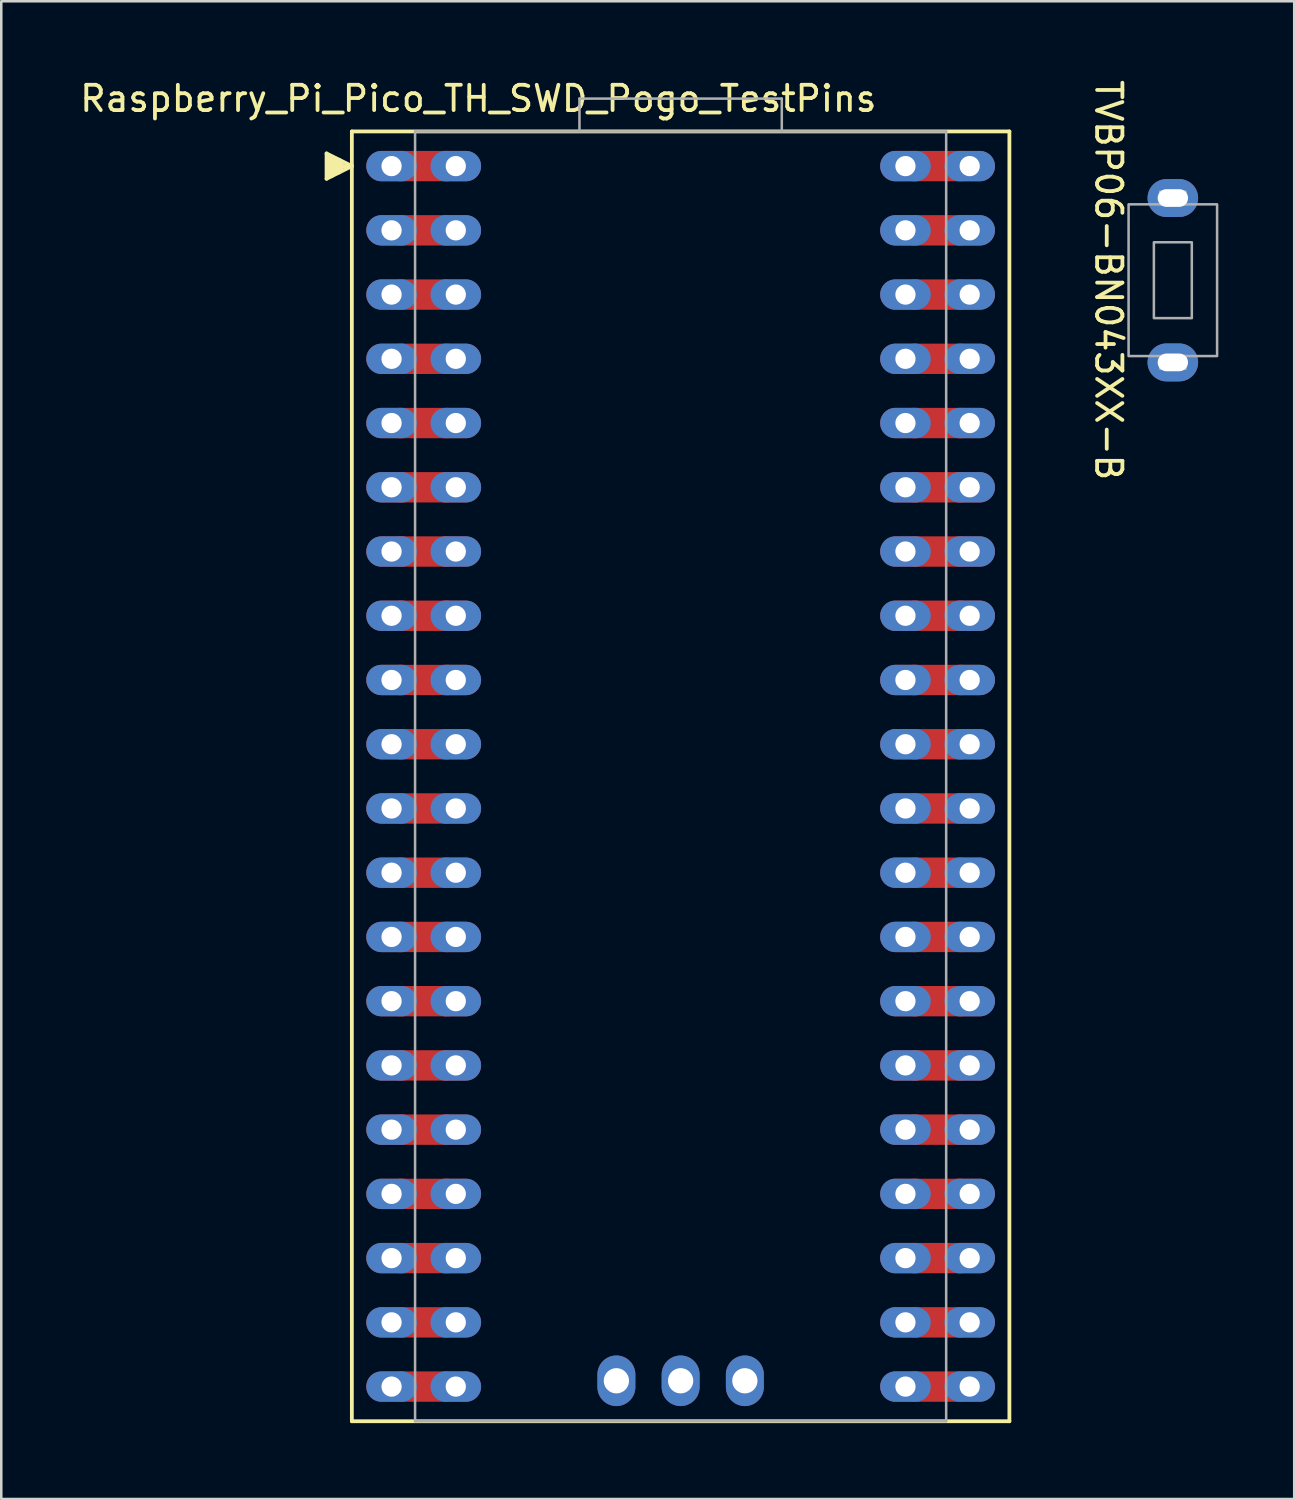
<source format=kicad_pcb>
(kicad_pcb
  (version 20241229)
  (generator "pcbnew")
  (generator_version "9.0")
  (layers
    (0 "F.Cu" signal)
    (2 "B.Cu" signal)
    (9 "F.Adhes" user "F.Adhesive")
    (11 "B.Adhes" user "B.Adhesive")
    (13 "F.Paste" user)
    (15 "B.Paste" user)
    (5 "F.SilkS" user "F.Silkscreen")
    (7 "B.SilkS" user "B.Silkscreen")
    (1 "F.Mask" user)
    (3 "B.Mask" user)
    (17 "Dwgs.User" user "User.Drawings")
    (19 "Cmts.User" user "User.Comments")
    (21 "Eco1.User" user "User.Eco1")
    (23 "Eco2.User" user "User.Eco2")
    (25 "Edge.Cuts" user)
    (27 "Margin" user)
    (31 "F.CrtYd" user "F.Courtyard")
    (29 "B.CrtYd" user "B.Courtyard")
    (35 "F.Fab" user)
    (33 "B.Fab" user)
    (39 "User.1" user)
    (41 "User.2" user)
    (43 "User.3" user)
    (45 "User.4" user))
  (footprint "Raspberry_Pi_Pico_TH_SWD_Pogo_TestPins"
    (layer "F.Cu")
    (at 23.863 27.648)
    (property "Reference" "Raspberry_Pi_Pico_TH_SWD_Pogo_TestPins" (at -8 -26.8 180) (layer "F.SilkS") (effects (font (size 1 1) (thickness 0.15))))
    (fp_line (start -14 -24.63) (end -14 -23.63) (stroke (width 0.15) (type solid)) (layer "F.SilkS"))
    (fp_line (start -14 -23.63) (end -13 -24.13) (stroke (width 0.15) (type solid)) (layer "F.SilkS"))
    (fp_line (start -13.9 -24.53) (end -13.9 -23.73) (stroke (width 0.15) (type solid)) (layer "F.SilkS"))
    (fp_line (start -13.8 -24.43) (end -13.8 -23.73) (stroke (width 0.15) (type solid)) (layer "F.SilkS"))
    (fp_line (start -13.7 -24.43) (end -13.7 -23.83) (stroke (width 0.15) (type solid)) (layer "F.SilkS"))
    (fp_line (start -13.6 -24.38) (end -13.6 -23.88) (stroke (width 0.15) (type solid)) (layer "F.SilkS"))
    (fp_line (start -13.5 -24.38) (end -13.5 -23.88) (stroke (width 0.15) (type solid)) (layer "F.SilkS"))
    (fp_line (start -13.4 -24.23) (end -13.4 -24.03) (stroke (width 0.15) (type solid)) (layer "F.SilkS"))
    (fp_line (start -13.4 -24.13) (end -13.2 -24.13) (stroke (width 0.15) (type solid)) (layer "F.SilkS"))
    (fp_line (start -13 -25.5) (end 13 -25.5) (stroke (width 0.15) (type solid)) (layer "F.SilkS"))
    (fp_line (start -13 -24.13) (end -14 -24.63) (stroke (width 0.15) (type solid)) (layer "F.SilkS"))
    (fp_line (start -13 25.5) (end -13 -25.5) (stroke (width 0.15) (type solid)) (layer "F.SilkS"))
    (fp_line (start 13 -25.5) (end 13 25.5) (stroke (width 0.15) (type solid)) (layer "F.SilkS"))
    (fp_line (start 13 25.5) (end -13 25.5) (stroke (width 0.15) (type solid)) (layer "F.SilkS"))
    (fp_line (start -10.5 -25.5) (end 10.5 -25.5) (stroke (width 0.1) (type solid)) (layer "F.Fab"))
    (fp_line (start -10.5 25.5) (end -10.5 -25.5) (stroke (width 0.1) (type solid)) (layer "F.Fab"))
    (fp_line (start -10.5 25.5) (end 10.5 25.5) (stroke (width 0.1) (type solid)) (layer "F.Fab"))
    (fp_line (start -4 -26.8) (end -4 -25.5) (stroke (width 0.1) (type solid)) (layer "F.Fab"))
    (fp_line (start -4 -26.8) (end 4 -26.8) (stroke (width 0.1) (type solid)) (layer "F.Fab"))
    (fp_line (start 4 -26.8) (end 4 -25.5) (stroke (width 0.1) (type solid)) (layer "F.Fab"))
    (fp_line (start 10.5 -25.5) (end 10.5 25.5) (stroke (width 0.1) (type solid)) (layer "F.Fab"))
    (pad "1" thru_hole oval (at -11.43 -24.13 270) (size 1.2 2) (drill 0.8) (layers "*.Cu" "*.Mask"))
    (pad "1" smd rect (at -10.16 -24.13) (size 2 1.2) (layers "F.Cu" "F.Mask" "F.Paste"))
    (pad "1" thru_hole oval (at -8.89 -24.13 270) (size 1.2 2) (drill 0.8) (layers "*.Cu" "*.Mask"))
    (pad "2" thru_hole oval (at -11.43 -21.59 270) (size 1.2 2) (drill 0.8) (layers "*.Cu" "*.Mask"))
    (pad "2" smd rect (at -10.16 -21.59) (size 2 1.2) (layers "F.Cu" "F.Mask" "F.Paste"))
    (pad "2" thru_hole oval (at -8.89 -21.59 270) (size 1.2 2) (drill 0.8) (layers "*.Cu" "*.Mask"))
    (pad "3" thru_hole oval (at -11.43 -19.05 270) (size 1.2 2) (drill 0.8) (layers "*.Cu" "*.Mask"))
    (pad "3" smd rect (at -10.16 -19.05) (size 2 1.2) (layers "F.Cu" "F.Mask" "F.Paste"))
    (pad "3" thru_hole oval (at -8.89 -19.05 270) (size 1.2 2) (drill 0.8) (layers "*.Cu" "*.Mask"))
    (pad "4" thru_hole oval (at -11.43 -16.51 270) (size 1.2 2) (drill 0.8) (layers "*.Cu" "*.Mask"))
    (pad "4" smd rect (at -10.16 -16.51) (size 2 1.2) (layers "F.Cu" "F.Mask" "F.Paste"))
    (pad "4" thru_hole oval (at -8.89 -16.51 270) (size 1.2 2) (drill 0.8) (layers "*.Cu" "*.Mask"))
    (pad "5" thru_hole oval (at -11.43 -13.97 270) (size 1.2 2) (drill 0.8) (layers "*.Cu" "*.Mask"))
    (pad "5" smd rect (at -10.16 -13.97) (size 2 1.2) (layers "F.Cu" "F.Mask" "F.Paste"))
    (pad "5" thru_hole oval (at -8.89 -13.97 270) (size 1.2 2) (drill 0.8) (layers "*.Cu" "*.Mask"))
    (pad "6" thru_hole oval (at -11.43 -11.43 270) (size 1.2 2) (drill 0.8) (layers "*.Cu" "*.Mask"))
    (pad "6" smd rect (at -10.16 -11.43) (size 2 1.2) (layers "F.Cu" "F.Mask" "F.Paste"))
    (pad "6" thru_hole oval (at -8.89 -11.43 270) (size 1.2 2) (drill 0.8) (layers "*.Cu" "*.Mask"))
    (pad "7" thru_hole oval (at -11.43 -8.89 270) (size 1.2 2) (drill 0.8) (layers "*.Cu" "*.Mask"))
    (pad "7" smd rect (at -10.16 -8.89) (size 2 1.2) (layers "F.Cu" "F.Mask" "F.Paste"))
    (pad "7" thru_hole oval (at -8.89 -8.89 270) (size 1.2 2) (drill 0.8) (layers "*.Cu" "*.Mask"))
    (pad "8" thru_hole oval (at -11.43 -6.35 270) (size 1.2 2) (drill 0.8) (layers "*.Cu" "*.Mask"))
    (pad "8" smd rect (at -10.16 -6.35) (size 2 1.2) (layers "F.Cu" "F.Mask" "F.Paste"))
    (pad "8" thru_hole oval (at -8.89 -6.35 270) (size 1.2 2) (drill 0.8) (layers "*.Cu" "*.Mask"))
    (pad "9" thru_hole oval (at -11.43 -3.81 270) (size 1.2 2) (drill 0.8) (layers "*.Cu" "*.Mask"))
    (pad "9" smd rect (at -10.16 -3.81) (size 2 1.2) (layers "F.Cu" "F.Mask" "F.Paste"))
    (pad "9" thru_hole oval (at -8.89 -3.81 270) (size 1.2 2) (drill 0.8) (layers "*.Cu" "*.Mask"))
    (pad "10" thru_hole oval (at -11.43 -1.27 270) (size 1.2 2) (drill 0.8) (layers "*.Cu" "*.Mask"))
    (pad "10" smd rect (at -10.16 -1.27) (size 2 1.2) (layers "F.Cu" "F.Mask" "F.Paste"))
    (pad "10" thru_hole oval (at -8.89 -1.27 270) (size 1.2 2) (drill 0.8) (layers "*.Cu" "*.Mask"))
    (pad "11" thru_hole oval (at -11.43 1.27 270) (size 1.2 2) (drill 0.8) (layers "*.Cu" "*.Mask"))
    (pad "11" smd rect (at -10.16 1.27) (size 2 1.2) (layers "F.Cu" "F.Mask" "F.Paste"))
    (pad "11" thru_hole oval (at -8.89 1.27 270) (size 1.2 2) (drill 0.8) (layers "*.Cu" "*.Mask"))
    (pad "12" thru_hole oval (at -11.43 3.81 270) (size 1.2 2) (drill 0.8) (layers "*.Cu" "*.Mask"))
    (pad "12" smd rect (at -10.16 3.81) (size 2 1.2) (layers "F.Cu" "F.Mask" "F.Paste"))
    (pad "12" thru_hole oval (at -8.89 3.81 270) (size 1.2 2) (drill 0.8) (layers "*.Cu" "*.Mask"))
    (pad "13" thru_hole oval (at -11.43 6.35 270) (size 1.2 2) (drill 0.8) (layers "*.Cu" "*.Mask"))
    (pad "13" smd rect (at -10.16 6.35) (size 2 1.2) (layers "F.Cu" "F.Mask" "F.Paste"))
    (pad "13" thru_hole oval (at -8.89 6.35 270) (size 1.2 2) (drill 0.8) (layers "*.Cu" "*.Mask"))
    (pad "14" thru_hole oval (at -11.43 8.89 270) (size 1.2 2) (drill 0.8) (layers "*.Cu" "*.Mask"))
    (pad "14" smd rect (at -10.16 8.89) (size 2 1.2) (layers "F.Cu" "F.Mask" "F.Paste"))
    (pad "14" thru_hole oval (at -8.89 8.89 270) (size 1.2 2) (drill 0.8) (layers "*.Cu" "*.Mask"))
    (pad "15" thru_hole oval (at -11.43 11.43 270) (size 1.2 2) (drill 0.8) (layers "*.Cu" "*.Mask"))
    (pad "15" smd rect (at -10.16 11.43) (size 2 1.2) (layers "F.Cu" "F.Mask" "F.Paste"))
    (pad "15" thru_hole oval (at -8.89 11.43 270) (size 1.2 2) (drill 0.8) (layers "*.Cu" "*.Mask"))
    (pad "16" thru_hole oval (at -11.43 13.97 270) (size 1.2 2) (drill 0.8) (layers "*.Cu" "*.Mask"))
    (pad "16" smd rect (at -10.16 13.97) (size 2 1.2) (layers "F.Cu" "F.Mask" "F.Paste"))
    (pad "16" thru_hole oval (at -8.89 13.97 270) (size 1.2 2) (drill 0.8) (layers "*.Cu" "*.Mask"))
    (pad "17" thru_hole oval (at -11.43 16.51 270) (size 1.2 2) (drill 0.8) (layers "*.Cu" "*.Mask"))
    (pad "17" smd rect (at -10.16 16.51) (size 2 1.2) (layers "F.Cu" "F.Mask" "F.Paste"))
    (pad "17" thru_hole oval (at -8.89 16.51 270) (size 1.2 2) (drill 0.8) (layers "*.Cu" "*.Mask"))
    (pad "18" thru_hole oval (at -11.43 19.05 270) (size 1.2 2) (drill 0.8) (layers "*.Cu" "*.Mask"))
    (pad "18" smd rect (at -10.16 19.05) (size 2 1.2) (layers "F.Cu" "F.Mask" "F.Paste"))
    (pad "18" thru_hole oval (at -8.89 19.05 270) (size 1.2 2) (drill 0.8) (layers "*.Cu" "*.Mask"))
    (pad "19" thru_hole oval (at -11.43 21.59 270) (size 1.2 2) (drill 0.8) (layers "*.Cu" "*.Mask"))
    (pad "19" smd rect (at -10.16 21.59) (size 2 1.2) (layers "F.Cu" "F.Mask" "F.Paste"))
    (pad "19" thru_hole oval (at -8.89 21.59 270) (size 1.2 2) (drill 0.8) (layers "*.Cu" "*.Mask"))
    (pad "20" thru_hole oval (at -11.43 24.13 270) (size 1.2 2) (drill 0.8) (layers "*.Cu" "*.Mask"))
    (pad "20" smd rect (at -10.16 24.13) (size 2 1.2) (layers "F.Cu" "F.Mask" "F.Paste"))
    (pad "20" thru_hole oval (at -8.89 24.13 270) (size 1.2 2) (drill 0.8) (layers "*.Cu" "*.Mask"))
    (pad "21" thru_hole oval (at 8.89 24.13 270) (size 1.2 2) (drill 0.8) (layers "*.Cu" "*.Mask"))
    (pad "21" smd rect (at 10.16 24.13) (size 2 1.2) (layers "F.Cu" "F.Mask" "F.Paste"))
    (pad "21" thru_hole oval (at 11.43 24.13 270) (size 1.2 2) (drill 0.8) (layers "*.Cu" "*.Mask"))
    (pad "22" thru_hole oval (at 8.89 21.59 270) (size 1.2 2) (drill 0.8) (layers "*.Cu" "*.Mask"))
    (pad "22" smd rect (at 10.16 21.59) (size 2 1.2) (layers "F.Cu" "F.Mask" "F.Paste"))
    (pad "22" thru_hole oval (at 11.43 21.59 270) (size 1.2 2) (drill 0.8) (layers "*.Cu" "*.Mask"))
    (pad "23" thru_hole oval (at 8.89 19.05 270) (size 1.2 2) (drill 0.8) (layers "*.Cu" "*.Mask"))
    (pad "23" smd rect (at 10.16 19.05) (size 2 1.2) (layers "F.Cu" "F.Mask" "F.Paste"))
    (pad "23" thru_hole oval (at 11.43 19.05 270) (size 1.2 2) (drill 0.8) (layers "*.Cu" "*.Mask"))
    (pad "24" thru_hole oval (at 8.89 16.51 270) (size 1.2 2) (drill 0.8) (layers "*.Cu" "*.Mask"))
    (pad "24" smd rect (at 10.16 16.51) (size 2 1.2) (layers "F.Cu" "F.Mask" "F.Paste"))
    (pad "24" thru_hole oval (at 11.43 16.51 270) (size 1.2 2) (drill 0.8) (layers "*.Cu" "*.Mask"))
    (pad "25" thru_hole oval (at 8.89 13.97 270) (size 1.2 2) (drill 0.8) (layers "*.Cu" "*.Mask"))
    (pad "25" smd rect (at 10.16 13.97) (size 2 1.2) (layers "F.Cu" "F.Mask" "F.Paste"))
    (pad "25" thru_hole oval (at 11.43 13.97 270) (size 1.2 2) (drill 0.8) (layers "*.Cu" "*.Mask"))
    (pad "26" thru_hole oval (at 8.89 11.43 270) (size 1.2 2) (drill 0.8) (layers "*.Cu" "*.Mask"))
    (pad "26" smd rect (at 10.16 11.43) (size 2 1.2) (layers "F.Cu" "F.Mask" "F.Paste"))
    (pad "26" thru_hole oval (at 11.43 11.43 270) (size 1.2 2) (drill 0.8) (layers "*.Cu" "*.Mask"))
    (pad "27" thru_hole oval (at 8.89 8.89 270) (size 1.2 2) (drill 0.8) (layers "*.Cu" "*.Mask"))
    (pad "27" smd rect (at 10.16 8.89) (size 2 1.2) (layers "F.Cu" "F.Mask" "F.Paste"))
    (pad "27" thru_hole oval (at 11.43 8.89 270) (size 1.2 2) (drill 0.8) (layers "*.Cu" "*.Mask"))
    (pad "28" thru_hole oval (at 8.89 6.35 270) (size 1.2 2) (drill 0.8) (layers "*.Cu" "*.Mask"))
    (pad "28" smd rect (at 10.16 6.35) (size 2 1.2) (layers "F.Cu" "F.Mask" "F.Paste"))
    (pad "28" thru_hole oval (at 11.43 6.35 270) (size 1.2 2) (drill 0.8) (layers "*.Cu" "*.Mask"))
    (pad "29" thru_hole oval (at 8.89 3.81 270) (size 1.2 2) (drill 0.8) (layers "*.Cu" "*.Mask"))
    (pad "29" smd rect (at 10.16 3.81) (size 2 1.2) (layers "F.Cu" "F.Mask" "F.Paste"))
    (pad "29" thru_hole oval (at 11.43 3.81 270) (size 1.2 2) (drill 0.8) (layers "*.Cu" "*.Mask"))
    (pad "30" thru_hole oval (at 8.89 1.27 270) (size 1.2 2) (drill 0.8) (layers "*.Cu" "*.Mask"))
    (pad "30" smd rect (at 10.16 1.27) (size 2 1.2) (layers "F.Cu" "F.Mask" "F.Paste"))
    (pad "30" thru_hole oval (at 11.43 1.27 270) (size 1.2 2) (drill 0.8) (layers "*.Cu" "*.Mask"))
    (pad "31" thru_hole oval (at 8.89 -1.27 270) (size 1.2 2) (drill 0.8) (layers "*.Cu" "*.Mask"))
    (pad "31" smd rect (at 10.16 -1.27) (size 2 1.2) (layers "F.Cu" "F.Mask" "F.Paste"))
    (pad "31" thru_hole oval (at 11.43 -1.27 270) (size 1.2 2) (drill 0.8) (layers "*.Cu" "*.Mask"))
    (pad "32" thru_hole oval (at 8.89 -3.81 270) (size 1.2 2) (drill 0.8) (layers "*.Cu" "*.Mask"))
    (pad "32" smd rect (at 10.16 -3.81) (size 2 1.2) (layers "F.Cu" "F.Mask" "F.Paste"))
    (pad "32" thru_hole oval (at 11.43 -3.81 270) (size 1.2 2) (drill 0.8) (layers "*.Cu" "*.Mask"))
    (pad "33" thru_hole oval (at 8.89 -6.35 270) (size 1.2 2) (drill 0.8) (layers "*.Cu" "*.Mask"))
    (pad "33" smd rect (at 10.16 -6.35) (size 2 1.2) (layers "F.Cu" "F.Mask" "F.Paste"))
    (pad "33" thru_hole oval (at 11.43 -6.35 270) (size 1.2 2) (drill 0.8) (layers "*.Cu" "*.Mask"))
    (pad "34" thru_hole oval (at 8.89 -8.89 270) (size 1.2 2) (drill 0.8) (layers "*.Cu" "*.Mask"))
    (pad "34" smd rect (at 10.16 -8.89) (size 2 1.2) (layers "F.Cu" "F.Mask" "F.Paste"))
    (pad "34" thru_hole oval (at 11.43 -8.89 270) (size 1.2 2) (drill 0.8) (layers "*.Cu" "*.Mask"))
    (pad "35" thru_hole oval (at 8.89 -11.43 270) (size 1.2 2) (drill 0.8) (layers "*.Cu" "*.Mask"))
    (pad "35" smd rect (at 10.16 -11.43) (size 2 1.2) (layers "F.Cu" "F.Mask" "F.Paste"))
    (pad "35" thru_hole oval (at 11.43 -11.43 270) (size 1.2 2) (drill 0.8) (layers "*.Cu" "*.Mask"))
    (pad "36" thru_hole oval (at 8.89 -13.97 270) (size 1.2 2) (drill 0.8) (layers "*.Cu" "*.Mask"))
    (pad "36" smd rect (at 10.16 -13.97) (size 2 1.2) (layers "F.Cu" "F.Mask" "F.Paste"))
    (pad "36" thru_hole oval (at 11.43 -13.97 270) (size 1.2 2) (drill 0.8) (layers "*.Cu" "*.Mask"))
    (pad "37" thru_hole oval (at 8.89 -16.51 270) (size 1.2 2) (drill 0.8) (layers "*.Cu" "*.Mask"))
    (pad "37" smd rect (at 10.16 -16.51) (size 2 1.2) (layers "F.Cu" "F.Mask" "F.Paste"))
    (pad "37" thru_hole oval (at 11.43 -16.51 270) (size 1.2 2) (drill 0.8) (layers "*.Cu" "*.Mask"))
    (pad "38" thru_hole oval (at 8.89 -19.05 270) (size 1.2 2) (drill 0.8) (layers "*.Cu" "*.Mask"))
    (pad "38" smd rect (at 10.16 -19.05) (size 2 1.2) (layers "F.Cu" "F.Mask" "F.Paste"))
    (pad "38" thru_hole oval (at 11.43 -19.05 270) (size 1.2 2) (drill 0.8) (layers "*.Cu" "*.Mask"))
    (pad "39" thru_hole oval (at 8.89 -21.59 270) (size 1.2 2) (drill 0.8) (layers "*.Cu" "*.Mask"))
    (pad "39" smd rect (at 10.16 -21.59) (size 2 1.2) (layers "F.Cu" "F.Mask" "F.Paste"))
    (pad "39" thru_hole oval (at 11.43 -21.59 270) (size 1.2 2) (drill 0.8) (layers "*.Cu" "*.Mask"))
    (pad "40" thru_hole oval (at 8.89 -24.13 270) (size 1.2 2) (drill 0.8) (layers "*.Cu" "*.Mask"))
    (pad "40" smd rect (at 10.16 -24.13) (size 2 1.2) (layers "F.Cu" "F.Mask" "F.Paste"))
    (pad "40" thru_hole oval (at 11.43 -24.13 270) (size 1.2 2) (drill 0.8) (layers "*.Cu" "*.Mask"))
    (pad "41" thru_hole oval (at -2.54 23.9) (size 1.5 2) (drill 1) (layers "*.Cu" "*.Mask"))
    (pad "42" thru_hole oval (at 0 23.9) (size 1.5 2) (drill 1) (layers "*.Cu" "*.Mask"))
    (pad "43" thru_hole oval (at 2.54 23.9) (size 1.5 2) (drill 1) (layers "*.Cu" "*.Mask")))
  (footprint "TVBP06-BN043XX-B"
    (layer "F.Cu")
    (at 43.326 8.03)
    (property "Reference" "TVBP06-BN043XX-B" (at -2.54 0 270) (unlocked yes) (layer "F.SilkS") (effects (font (size 1 1) (thickness 0.15))))
    (attr through_hole)
    (fp_rect (start -1.75 -3) (end 1.75 3) (stroke (width 0.1) (type solid)) (fill no) (layer "F.Fab"))
    (fp_rect (start -0.75 -1.5) (end 0.75 1.5) (stroke (width 0.1) (type solid)) (fill no) (layer "F.Fab"))
    (fp_rect (start -0.5 -3) (end 0.5 -3.5) (stroke (width 0.1) (type solid)) (fill no) (layer "F.Fab"))
    (fp_rect (start -0.5 3.5) (end 0.5 3) (stroke (width 0.1) (type solid)) (fill no) (layer "F.Fab"))
    (pad "1" thru_hole oval (at 0 -3.25) (size 2 1.5) (drill oval 1.2 0.7) (layers "*.Cu" "*.Mask"))
    (pad "2" thru_hole oval (at 0 3.25) (size 2 1.5) (drill oval 1.2 0.7) (layers "*.Cu" "*.Mask")))
  (gr_rect
    (start -3 -3)
    (end 48.126 56.223)
    (stroke (width 0.1) (type default))
    (fill no)
    (layer "Edge.Cuts")))
</source>
